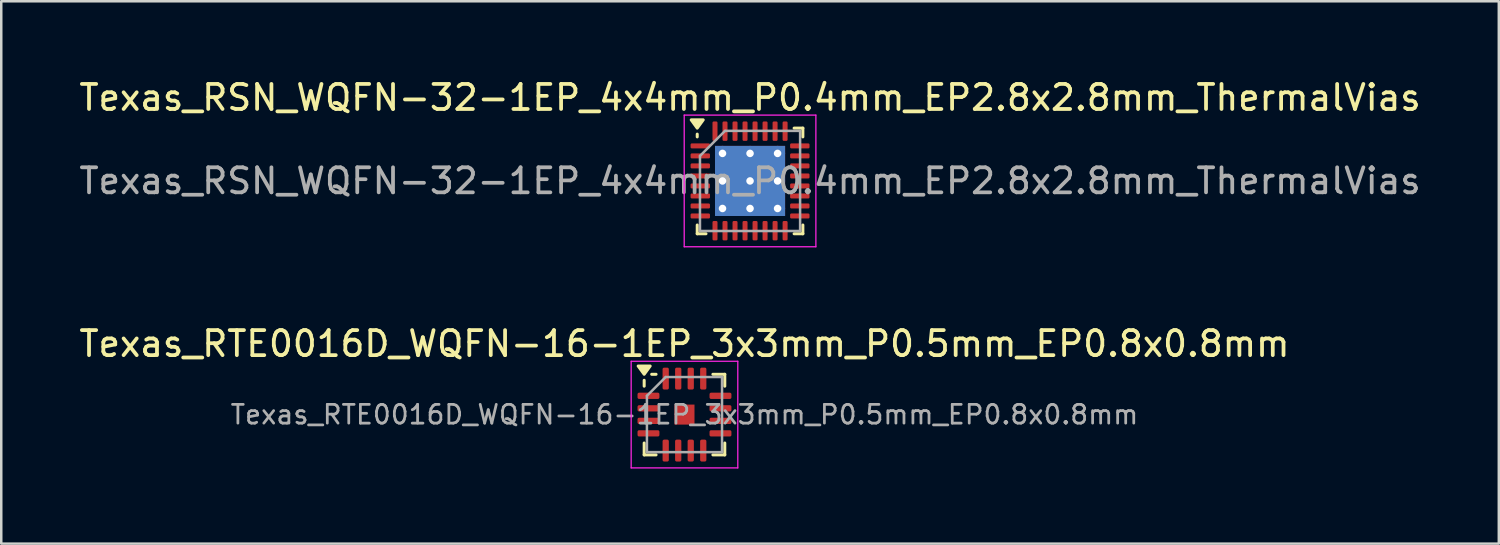
<source format=kicad_pcb>
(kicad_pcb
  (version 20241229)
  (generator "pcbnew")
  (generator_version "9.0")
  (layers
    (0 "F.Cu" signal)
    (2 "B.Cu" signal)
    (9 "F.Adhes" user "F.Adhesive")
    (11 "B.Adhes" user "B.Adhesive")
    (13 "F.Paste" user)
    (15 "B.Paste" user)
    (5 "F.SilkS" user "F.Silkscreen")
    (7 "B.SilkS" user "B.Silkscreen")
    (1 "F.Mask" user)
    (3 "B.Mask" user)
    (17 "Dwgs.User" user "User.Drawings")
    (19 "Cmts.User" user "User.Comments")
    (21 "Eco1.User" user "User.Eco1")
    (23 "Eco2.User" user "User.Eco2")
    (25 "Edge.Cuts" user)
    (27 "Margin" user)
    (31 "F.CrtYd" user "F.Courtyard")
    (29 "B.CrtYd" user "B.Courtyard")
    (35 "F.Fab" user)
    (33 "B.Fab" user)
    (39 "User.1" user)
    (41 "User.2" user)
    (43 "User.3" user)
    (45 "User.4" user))
  (footprint "Texas_RSN_WQFN-32-1EP_4x4mm_P0.4mm_EP2.8x2.8mm_ThermalVias"
    (layer "F.Cu")
    (at 26.911 4.178)
    (property "Reference" "Texas_RSN_WQFN-32-1EP_4x4mm_P0.4mm_EP2.8x2.8mm_ThermalVias" (at 0 -3.33 0) (layer "F.SilkS") (effects (font (size 1 1) (thickness 0.15))))
    (attr smd)
    (fp_line (start -2.11 -1.76) (end -2.11 -1.87) (stroke (width 0.12) (type solid)) (layer "F.SilkS"))
    (fp_line (start -2.11 2.11) (end -2.11 1.76) (stroke (width 0.12) (type solid)) (layer "F.SilkS"))
    (fp_line (start -1.76 2.11) (end -2.11 2.11) (stroke (width 0.12) (type solid)) (layer "F.SilkS"))
    (fp_line (start 1.76 -2.11) (end 2.11 -2.11) (stroke (width 0.12) (type solid)) (layer "F.SilkS"))
    (fp_line (start 1.76 2.11) (end 2.11 2.11) (stroke (width 0.12) (type solid)) (layer "F.SilkS"))
    (fp_line (start 2.11 -2.11) (end 2.11 -1.76) (stroke (width 0.12) (type solid)) (layer "F.SilkS"))
    (fp_line (start 2.11 2.11) (end 2.11 1.76) (stroke (width 0.12) (type solid)) (layer "F.SilkS"))
    (fp_poly (pts (xy -2.11 -2.11) (xy -2.35 -2.44) (xy -1.87 -2.44) (xy -2.11 -2.11)) (stroke (width 0.12) (type solid)) (fill yes) (layer "F.SilkS"))
    (fp_line (start -2.63 -2.63) (end -2.63 2.63) (stroke (width 0.05) (type solid)) (layer "F.CrtYd"))
    (fp_line (start -2.63 2.63) (end 2.63 2.63) (stroke (width 0.05) (type solid)) (layer "F.CrtYd"))
    (fp_line (start 2.63 -2.63) (end -2.63 -2.63) (stroke (width 0.05) (type solid)) (layer "F.CrtYd"))
    (fp_line (start 2.63 2.63) (end 2.63 -2.63) (stroke (width 0.05) (type solid)) (layer "F.CrtYd"))
    (fp_line (start -2 -1) (end -1 -2) (stroke (width 0.1) (type solid)) (layer "F.Fab"))
    (fp_line (start -2 2) (end -2 -1) (stroke (width 0.1) (type solid)) (layer "F.Fab"))
    (fp_line (start -1 -2) (end 2 -2) (stroke (width 0.1) (type solid)) (layer "F.Fab"))
    (fp_line (start 2 -2) (end 2 2) (stroke (width 0.1) (type solid)) (layer "F.Fab"))
    (fp_line (start 2 2) (end -2 2) (stroke (width 0.1) (type solid)) (layer "F.Fab"))
    (fp_text user "${REFERENCE}" (at 0 0 0) (layer "F.Fab") (effects (font (size 1 1) (thickness 0.15))))
    (pad "" smd roundrect (at -0.7 -0.7) (size 1.17 1.17) (layers "F.Paste") (roundrect_rratio 0.214))
    (pad "" smd roundrect (at -0.7 0.7) (size 1.17 1.17) (layers "F.Paste") (roundrect_rratio 0.214))
    (pad "" smd roundrect (at 0.7 -0.7) (size 1.17 1.17) (layers "F.Paste") (roundrect_rratio 0.214))
    (pad "" smd roundrect (at 0.7 0.7) (size 1.17 1.17) (layers "F.Paste") (roundrect_rratio 0.214))
    (pad "1" smd roundrect (at -1.988 -1.4) (size 0.775 0.2) (layers "F.Cu" "F.Mask" "F.Paste") (roundrect_rratio 0.25))
    (pad "2" smd roundrect (at -1.988 -1) (size 0.775 0.2) (layers "F.Cu" "F.Mask" "F.Paste") (roundrect_rratio 0.25))
    (pad "3" smd roundrect (at -1.988 -0.6) (size 0.775 0.2) (layers "F.Cu" "F.Mask" "F.Paste") (roundrect_rratio 0.25))
    (pad "4" smd roundrect (at -1.988 -0.2) (size 0.775 0.2) (layers "F.Cu" "F.Mask" "F.Paste") (roundrect_rratio 0.25))
    (pad "5" smd roundrect (at -1.988 0.2) (size 0.775 0.2) (layers "F.Cu" "F.Mask" "F.Paste") (roundrect_rratio 0.25))
    (pad "6" smd roundrect (at -1.988 0.6) (size 0.775 0.2) (layers "F.Cu" "F.Mask" "F.Paste") (roundrect_rratio 0.25))
    (pad "7" smd roundrect (at -1.988 1) (size 0.775 0.2) (layers "F.Cu" "F.Mask" "F.Paste") (roundrect_rratio 0.25))
    (pad "8" smd roundrect (at -1.988 1.4) (size 0.775 0.2) (layers "F.Cu" "F.Mask" "F.Paste") (roundrect_rratio 0.25))
    (pad "9" smd roundrect (at -1.4 1.988) (size 0.2 0.775) (layers "F.Cu" "F.Mask" "F.Paste") (roundrect_rratio 0.25))
    (pad "10" smd roundrect (at -1 1.988) (size 0.2 0.775) (layers "F.Cu" "F.Mask" "F.Paste") (roundrect_rratio 0.25))
    (pad "11" smd roundrect (at -0.6 1.988) (size 0.2 0.775) (layers "F.Cu" "F.Mask" "F.Paste") (roundrect_rratio 0.25))
    (pad "12" smd roundrect (at -0.2 1.988) (size 0.2 0.775) (layers "F.Cu" "F.Mask" "F.Paste") (roundrect_rratio 0.25))
    (pad "13" smd roundrect (at 0.2 1.988) (size 0.2 0.775) (layers "F.Cu" "F.Mask" "F.Paste") (roundrect_rratio 0.25))
    (pad "14" smd roundrect (at 0.6 1.988) (size 0.2 0.775) (layers "F.Cu" "F.Mask" "F.Paste") (roundrect_rratio 0.25))
    (pad "15" smd roundrect (at 1 1.988) (size 0.2 0.775) (layers "F.Cu" "F.Mask" "F.Paste") (roundrect_rratio 0.25))
    (pad "16" smd roundrect (at 1.4 1.988) (size 0.2 0.775) (layers "F.Cu" "F.Mask" "F.Paste") (roundrect_rratio 0.25))
    (pad "17" smd roundrect (at 1.988 1.4) (size 0.775 0.2) (layers "F.Cu" "F.Mask" "F.Paste") (roundrect_rratio 0.25))
    (pad "18" smd roundrect (at 1.988 1) (size 0.775 0.2) (layers "F.Cu" "F.Mask" "F.Paste") (roundrect_rratio 0.25))
    (pad "19" smd roundrect (at 1.988 0.6) (size 0.775 0.2) (layers "F.Cu" "F.Mask" "F.Paste") (roundrect_rratio 0.25))
    (pad "20" smd roundrect (at 1.988 0.2) (size 0.775 0.2) (layers "F.Cu" "F.Mask" "F.Paste") (roundrect_rratio 0.25))
    (pad "21" smd roundrect (at 1.988 -0.2) (size 0.775 0.2) (layers "F.Cu" "F.Mask" "F.Paste") (roundrect_rratio 0.25))
    (pad "22" smd roundrect (at 1.988 -0.6) (size 0.775 0.2) (layers "F.Cu" "F.Mask" "F.Paste") (roundrect_rratio 0.25))
    (pad "23" smd roundrect (at 1.988 -1) (size 0.775 0.2) (layers "F.Cu" "F.Mask" "F.Paste") (roundrect_rratio 0.25))
    (pad "24" smd roundrect (at 1.988 -1.4) (size 0.775 0.2) (layers "F.Cu" "F.Mask" "F.Paste") (roundrect_rratio 0.25))
    (pad "25" smd roundrect (at 1.4 -1.988) (size 0.2 0.775) (layers "F.Cu" "F.Mask" "F.Paste") (roundrect_rratio 0.25))
    (pad "26" smd roundrect (at 1 -1.988) (size 0.2 0.775) (layers "F.Cu" "F.Mask" "F.Paste") (roundrect_rratio 0.25))
    (pad "27" smd roundrect (at 0.6 -1.988) (size 0.2 0.775) (layers "F.Cu" "F.Mask" "F.Paste") (roundrect_rratio 0.25))
    (pad "28" smd roundrect (at 0.2 -1.988) (size 0.2 0.775) (layers "F.Cu" "F.Mask" "F.Paste") (roundrect_rratio 0.25))
    (pad "29" smd roundrect (at -0.2 -1.988) (size 0.2 0.775) (layers "F.Cu" "F.Mask" "F.Paste") (roundrect_rratio 0.25))
    (pad "30" smd roundrect (at -0.6 -1.988) (size 0.2 0.775) (layers "F.Cu" "F.Mask" "F.Paste") (roundrect_rratio 0.25))
    (pad "31" smd roundrect (at -1 -1.988) (size 0.2 0.775) (layers "F.Cu" "F.Mask" "F.Paste") (roundrect_rratio 0.25))
    (pad "32" smd roundrect (at -1.4 -1.988) (size 0.2 0.775) (layers "F.Cu" "F.Mask" "F.Paste") (roundrect_rratio 0.25))
    (pad "33" thru_hole circle (at -1.1 -1.1) (size 0.6 0.6) (drill 0.3) (property pad_prop_heatsink) (layers "*.Cu"))
    (pad "33" thru_hole circle (at -1.1 0) (size 0.6 0.6) (drill 0.3) (property pad_prop_heatsink) (layers "*.Cu"))
    (pad "33" thru_hole circle (at -1.1 1.1) (size 0.6 0.6) (drill 0.3) (property pad_prop_heatsink) (layers "*.Cu"))
    (pad "33" thru_hole circle (at 0 -1.1) (size 0.6 0.6) (drill 0.3) (property pad_prop_heatsink) (layers "*.Cu"))
    (pad "33" thru_hole circle (at 0 0) (size 0.6 0.6) (drill 0.3) (property pad_prop_heatsink) (layers "*.Cu"))
    (pad "33" smd rect (at 0 0) (size 2.8 2.8) (property pad_prop_heatsink) (layers "F.Cu" "F.Mask"))
    (pad "33" smd rect (at 0 0) (size 2.8 2.8) (property pad_prop_heatsink) (layers "B.Cu"))
    (pad "33" thru_hole circle (at 0 1.1) (size 0.6 0.6) (drill 0.3) (property pad_prop_heatsink) (layers "*.Cu"))
    (pad "33" thru_hole circle (at 1.1 -1.1) (size 0.6 0.6) (drill 0.3) (property pad_prop_heatsink) (layers "*.Cu"))
    (pad "33" thru_hole circle (at 1.1 0) (size 0.6 0.6) (drill 0.3) (property pad_prop_heatsink) (layers "*.Cu"))
    (pad "33" thru_hole circle (at 1.1 1.1) (size 0.6 0.6) (drill 0.3) (property pad_prop_heatsink) (layers "*.Cu")))
  (footprint "Texas_RTE0016D_WQFN-16-1EP_3x3mm_P0.5mm_EP0.8x0.8mm"
    (layer "F.Cu")
    (at 24.292 13.511)
    (property "Reference" "Texas_RTE0016D_WQFN-16-1EP_3x3mm_P0.5mm_EP0.8x0.8mm" (at 0 -2.83 0) (layer "F.SilkS") (effects (font (size 1 1) (thickness 0.15))))
    (attr smd)
    (fp_line (start -1.61 -1.135) (end -1.61 -1.37) (stroke (width 0.12) (type solid)) (layer "F.SilkS"))
    (fp_line (start -1.61 1.61) (end -1.61 1.135) (stroke (width 0.12) (type solid)) (layer "F.SilkS"))
    (fp_line (start -1.135 -1.61) (end -1.31 -1.61) (stroke (width 0.12) (type solid)) (layer "F.SilkS"))
    (fp_line (start -1.135 1.61) (end -1.61 1.61) (stroke (width 0.12) (type solid)) (layer "F.SilkS"))
    (fp_line (start 1.135 -1.61) (end 1.61 -1.61) (stroke (width 0.12) (type solid)) (layer "F.SilkS"))
    (fp_line (start 1.135 1.61) (end 1.61 1.61) (stroke (width 0.12) (type solid)) (layer "F.SilkS"))
    (fp_line (start 1.61 -1.61) (end 1.61 -1.135) (stroke (width 0.12) (type solid)) (layer "F.SilkS"))
    (fp_line (start 1.61 1.61) (end 1.61 1.135) (stroke (width 0.12) (type solid)) (layer "F.SilkS"))
    (fp_poly (pts (xy -1.61 -1.61) (xy -1.85 -1.94) (xy -1.37 -1.94) (xy -1.61 -1.61)) (stroke (width 0.12) (type solid)) (fill yes) (layer "F.SilkS"))
    (fp_line (start -2.13 -2.13) (end -2.13 2.13) (stroke (width 0.05) (type solid)) (layer "F.CrtYd"))
    (fp_line (start -2.13 2.13) (end 2.13 2.13) (stroke (width 0.05) (type solid)) (layer "F.CrtYd"))
    (fp_line (start 2.13 -2.13) (end -2.13 -2.13) (stroke (width 0.05) (type solid)) (layer "F.CrtYd"))
    (fp_line (start 2.13 2.13) (end 2.13 -2.13) (stroke (width 0.05) (type solid)) (layer "F.CrtYd"))
    (fp_line (start -1.5 -0.75) (end -0.75 -1.5) (stroke (width 0.1) (type solid)) (layer "F.Fab"))
    (fp_line (start -1.5 1.5) (end -1.5 -0.75) (stroke (width 0.1) (type solid)) (layer "F.Fab"))
    (fp_line (start -0.75 -1.5) (end 1.5 -1.5) (stroke (width 0.1) (type solid)) (layer "F.Fab"))
    (fp_line (start 1.5 -1.5) (end 1.5 1.5) (stroke (width 0.1) (type solid)) (layer "F.Fab"))
    (fp_line (start 1.5 1.5) (end -1.5 1.5) (stroke (width 0.1) (type solid)) (layer "F.Fab"))
    (fp_text user "${REFERENCE}" (at 0 0 0) (layer "F.Fab") (effects (font (size 0.75 0.75) (thickness 0.11))))
    (pad "" smd roundrect (at -0.2 -0.2) (size 0.32 0.32) (layers "F.Paste") (roundrect_rratio 0.25))
    (pad "" smd roundrect (at -0.2 0.2) (size 0.32 0.32) (layers "F.Paste") (roundrect_rratio 0.25))
    (pad "" smd roundrect (at 0.2 -0.2) (size 0.32 0.32) (layers "F.Paste") (roundrect_rratio 0.25))
    (pad "" smd roundrect (at 0.2 0.2) (size 0.32 0.32) (layers "F.Paste") (roundrect_rratio 0.25))
    (pad "1" smd roundrect (at -1.438 -0.75) (size 0.875 0.25) (layers "F.Cu" "F.Mask" "F.Paste") (roundrect_rratio 0.25))
    (pad "2" smd roundrect (at -1.438 -0.25) (size 0.875 0.25) (layers "F.Cu" "F.Mask" "F.Paste") (roundrect_rratio 0.25))
    (pad "3" smd roundrect (at -1.438 0.25) (size 0.875 0.25) (layers "F.Cu" "F.Mask" "F.Paste") (roundrect_rratio 0.25))
    (pad "4" smd roundrect (at -1.438 0.75) (size 0.875 0.25) (layers "F.Cu" "F.Mask" "F.Paste") (roundrect_rratio 0.25))
    (pad "5" smd roundrect (at -0.75 1.438) (size 0.25 0.875) (layers "F.Cu" "F.Mask" "F.Paste") (roundrect_rratio 0.25))
    (pad "6" smd roundrect (at -0.25 1.438) (size 0.25 0.875) (layers "F.Cu" "F.Mask" "F.Paste") (roundrect_rratio 0.25))
    (pad "7" smd roundrect (at 0.25 1.438) (size 0.25 0.875) (layers "F.Cu" "F.Mask" "F.Paste") (roundrect_rratio 0.25))
    (pad "8" smd roundrect (at 0.75 1.438) (size 0.25 0.875) (layers "F.Cu" "F.Mask" "F.Paste") (roundrect_rratio 0.25))
    (pad "9" smd roundrect (at 1.438 0.75) (size 0.875 0.25) (layers "F.Cu" "F.Mask" "F.Paste") (roundrect_rratio 0.25))
    (pad "10" smd roundrect (at 1.438 0.25) (size 0.875 0.25) (layers "F.Cu" "F.Mask" "F.Paste") (roundrect_rratio 0.25))
    (pad "11" smd roundrect (at 1.438 -0.25) (size 0.875 0.25) (layers "F.Cu" "F.Mask" "F.Paste") (roundrect_rratio 0.25))
    (pad "12" smd roundrect (at 1.438 -0.75) (size 0.875 0.25) (layers "F.Cu" "F.Mask" "F.Paste") (roundrect_rratio 0.25))
    (pad "13" smd roundrect (at 0.75 -1.438) (size 0.25 0.875) (layers "F.Cu" "F.Mask" "F.Paste") (roundrect_rratio 0.25))
    (pad "14" smd roundrect (at 0.25 -1.438) (size 0.25 0.875) (layers "F.Cu" "F.Mask" "F.Paste") (roundrect_rratio 0.25))
    (pad "15" smd roundrect (at -0.25 -1.438) (size 0.25 0.875) (layers "F.Cu" "F.Mask" "F.Paste") (roundrect_rratio 0.25))
    (pad "16" smd roundrect (at -0.75 -1.438) (size 0.25 0.875) (layers "F.Cu" "F.Mask" "F.Paste") (roundrect_rratio 0.25))
    (pad "17" smd rect (at 0 0) (size 0.8 0.8) (property pad_prop_heatsink) (layers "F.Cu" "F.Mask")))
  (gr_rect
    (start -3 -3)
    (end 56.821 18.666)
    (stroke (width 0.1) (type default))
    (fill no)
    (layer "Edge.Cuts")))
</source>
